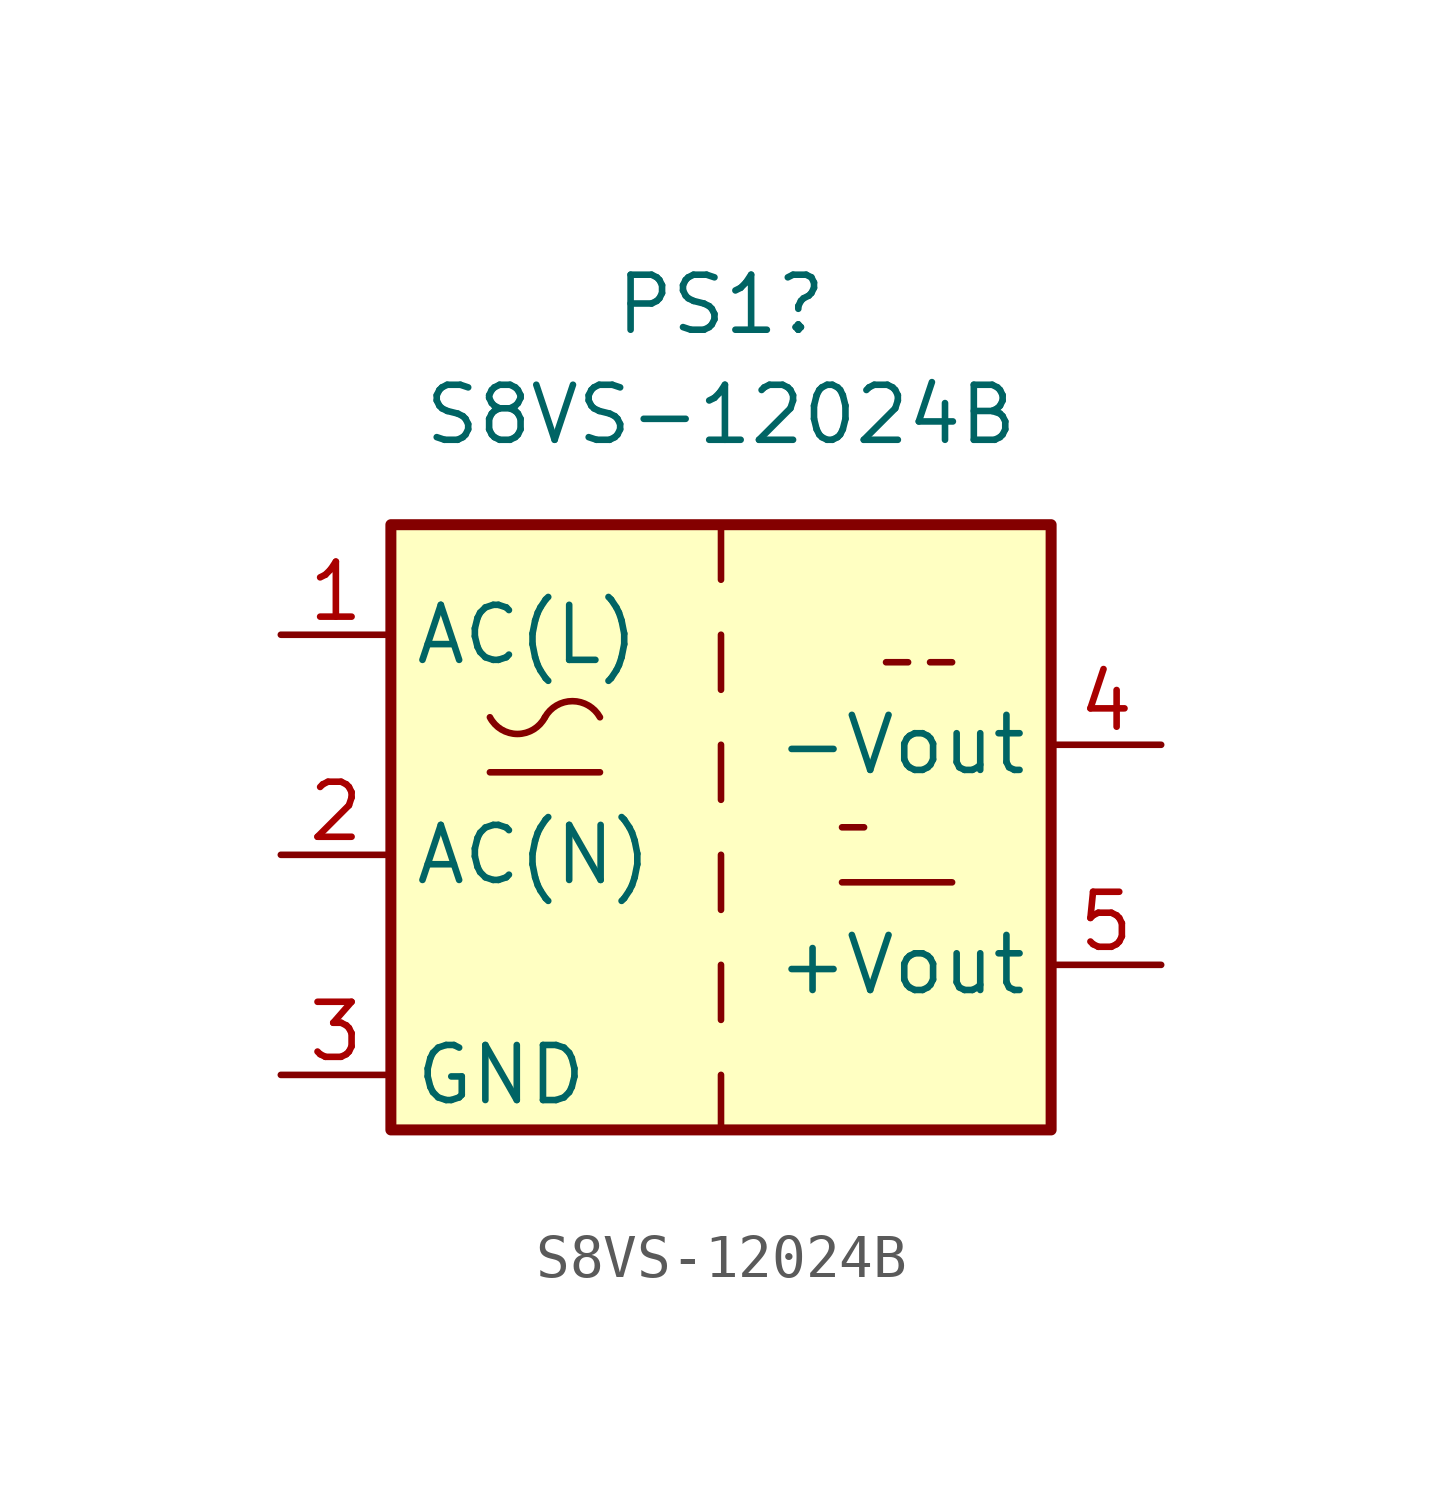
<source format=kicad_sym>
(kicad_symbol_lib
  (version 20241209)
  (generator "kicad_symbol_editor")
  (generator_version "9.0")
  (symbol "S8VS-12024B"
    (property "Reference" "PS1"
      (at 0 10.16 0)
      (effects (font (size 1.27 1.27))))
    (property "Value" "S8VS-12024B"
      (at 0 7.62 0)
      (effects (font (size 1.27 1.27))))
    (symbol "S8VS-12024B_1_1"
      (rectangle (start -7.62 5.08) (end 7.62 -8.89) (stroke (width 0.254) (type default)) (fill (type background)))
      (polyline (pts (xy -5.334 -0.635) (xy -2.794 -0.635)) (stroke (width 0) (type default)) (fill (type none)))
      (arc (start -4.064 0.635) (mid -4.699 0.2495) (end -5.334 0.635) (stroke (width 0) (type default)) (fill (type none)))
      (arc (start -4.064 0.635) (mid -3.429 1.0072) (end -2.794 0.635) (stroke (width 0) (type default)) (fill (type none)))
      (polyline (pts (xy 0 5.08) (xy 0 3.81)) (stroke (width 0) (type default)) (fill (type none)))
      (polyline (pts (xy 0 2.54) (xy 0 1.27)) (stroke (width 0) (type default)) (fill (type none)))
      (polyline (pts (xy 0 0) (xy 0 -1.27)) (stroke (width 0) (type default)) (fill (type none)))
      (polyline (pts (xy 0 -2.54) (xy 0 -3.81)) (stroke (width 0) (type default)) (fill (type none)))
      (polyline (pts (xy 0 -5.08) (xy 0 -6.35)) (stroke (width 0) (type default)) (fill (type none)))
      (polyline (pts (xy 0 -7.62) (xy 0 -8.89)) (stroke (width 0) (type default)) (fill (type none)))
      (polyline (pts (xy 2.794 -1.905) (xy 3.302 -1.905)) (stroke (width 0) (type default)) (fill (type none)))
      (polyline (pts (xy 2.794 -3.175) (xy 5.334 -3.175)) (stroke (width 0) (type default)) (fill (type none)))
      (polyline (pts (xy 3.81 1.905) (xy 4.318 1.905)) (stroke (width 0) (type default)) (fill (type none)))
      (polyline (pts (xy 4.826 1.905) (xy 5.334 1.905)) (stroke (width 0) (type default)) (fill (type none)))
      (pin power_in line (at -10.16 2.54 0) (length 2.54) (name "AC(L)" (effects (font (size 1.27 1.27)))) (number "1" (effects (font (size 1.27 1.27)))))
      (pin power_in line (at -10.16 -2.54 0) (length 2.54) (name "AC(N)" (effects (font (size 1.27 1.27)))) (number "2" (effects (font (size 1.27 1.27)))))
      (pin power_in line (at -10.16 -7.62 0) (length 2.54) (name "GND" (effects (font (size 1.27 1.27)))) (number "3" (effects (font (size 1.27 1.27)))))
      (pin power_out line (at 10.16 0 180) (length 2.54) (name "-Vout" (effects (font (size 1.27 1.27)))) (number "4" (effects (font (size 1.27 1.27)))))
      (pin power_out line (at 10.16 -5.08 180) (length 2.54) (name "+Vout" (effects (font (size 1.27 1.27)))) (number "5" (effects (font (size 1.27 1.27))))))))
</source>
